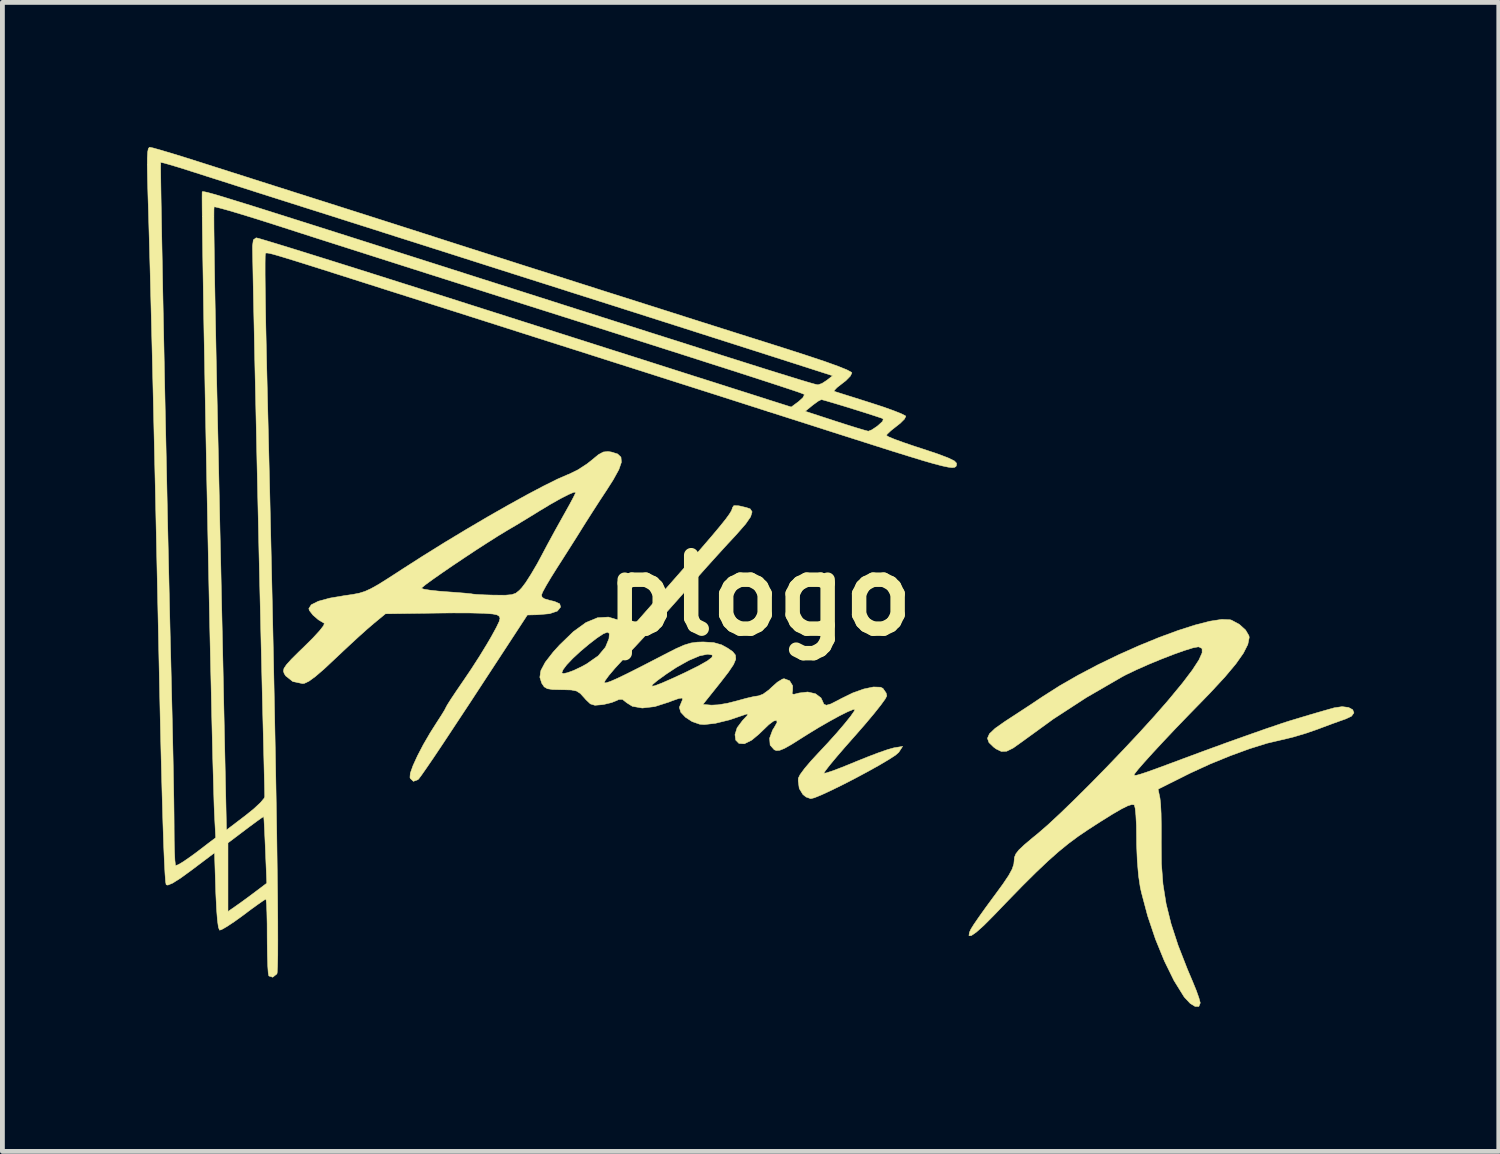
<source format=kicad_pcb>
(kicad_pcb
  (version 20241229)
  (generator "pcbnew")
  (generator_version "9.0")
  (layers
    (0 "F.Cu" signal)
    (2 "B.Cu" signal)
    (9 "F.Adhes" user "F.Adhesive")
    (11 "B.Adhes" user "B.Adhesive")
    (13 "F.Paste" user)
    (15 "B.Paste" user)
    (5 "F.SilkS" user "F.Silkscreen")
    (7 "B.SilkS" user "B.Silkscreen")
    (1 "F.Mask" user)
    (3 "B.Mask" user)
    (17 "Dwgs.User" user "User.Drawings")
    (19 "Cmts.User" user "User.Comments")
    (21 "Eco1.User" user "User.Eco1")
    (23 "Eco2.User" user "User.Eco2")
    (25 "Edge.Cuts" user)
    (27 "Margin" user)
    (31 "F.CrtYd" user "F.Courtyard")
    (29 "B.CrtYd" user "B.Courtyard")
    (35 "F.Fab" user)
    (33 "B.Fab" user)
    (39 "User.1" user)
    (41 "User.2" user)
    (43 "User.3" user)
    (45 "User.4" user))
  (footprint "plogo"
    (layer "F.Cu")
    (at 12.703 9.301)
    (property "Reference" "plogo" (at 0 0 0) (layer "F.SilkS") (effects (font (size 1.524 1.524) (thickness 0.3))))
    (attr through_hole)
    (fp_poly (pts (xy -3.073 -2.975) (xy -2.942 -2.935) (xy -2.872 -2.868) (xy -2.863 -2.763) (xy -2.916 -2.61) (xy -3.033 -2.398) (xy -3.161 -2.197) (xy -3.315 -1.963) (xy -3.47 -1.722) (xy -3.605 -1.51) (xy -3.676 -1.397) (xy -3.783 -1.225) (xy -3.925 -1.001) (xy -4.08 -0.757) (xy -4.191 -0.584) (xy -4.319 -0.38) (xy -4.424 -0.204) (xy -4.495 -0.074) (xy -4.52 -0.011) (xy -4.509 0.036) (xy -4.46 0.07) (xy -4.347 0.103) (xy -4.251 0.125) (xy -4.143 0.173) (xy -4.124 0.241) (xy -4.192 0.325) (xy -4.353 0.379) (xy -4.604 0.401) (xy -4.814 0.406) (xy -5.287 1.13) (xy -5.683 1.735) (xy -6.025 2.258) (xy -6.317 2.7) (xy -6.558 3.065) (xy -6.752 3.355) (xy -6.901 3.573) (xy -7.005 3.722) (xy -7.066 3.804) (xy -7.084 3.822) (xy -7.178 3.857) (xy -7.24 3.798) (xy -7.249 3.776) (xy -7.242 3.688) (xy -7.187 3.533) (xy -7.094 3.329) (xy -6.972 3.095) (xy -6.829 2.849) (xy -6.697 2.641) (xy -6.6 2.491) (xy -6.53 2.377) (xy -6.502 2.321) (xy -6.502 2.321) (xy -6.475 2.271) (xy -6.401 2.154) (xy -6.29 1.988) (xy -6.154 1.789) (xy -6.14 1.769) (xy -5.972 1.52) (xy -5.801 1.254) (xy -5.65 1.007) (xy -5.559 0.851) (xy -5.456 0.662) (xy -5.399 0.543) (xy -5.381 0.473) (xy -5.398 0.432) (xy -5.441 0.404) (xy -5.531 0.385) (xy -5.718 0.371) (xy -5.994 0.364) (xy -6.355 0.363) (xy -6.649 0.366) (xy -7.757 0.381) (xy -8.002 0.583) (xy -8.13 0.693) (xy -8.31 0.854) (xy -8.519 1.047) (xy -8.738 1.252) (xy -8.795 1.306) (xy -9.032 1.528) (xy -9.211 1.682) (xy -9.342 1.778) (xy -9.436 1.823) (xy -9.475 1.829) (xy -9.678 1.787) (xy -9.827 1.669) (xy -9.858 1.62) (xy -9.874 1.57) (xy -9.862 1.513) (xy -9.81 1.436) (xy -9.709 1.324) (xy -9.548 1.164) (xy -9.44 1.06) (xy -9.258 0.879) (xy -9.122 0.731) (xy -9.041 0.627) (xy -9.025 0.579) (xy -9.027 0.578) (xy -9.148 0.506) (xy -9.261 0.408) (xy -9.335 0.313) (xy -9.347 0.273) (xy -9.297 0.194) (xy -9.151 0.121) (xy -8.913 0.056) (xy -8.589 0.001) (xy -8.584 0.001) (xy -8.427 -0.022) (xy -8.3 -0.047) (xy -8.182 -0.084) (xy -8.057 -0.141) (xy -8.043 -0.149) (xy -7.01 -0.149) (xy -6.963 -0.13) (xy -6.836 -0.109) (xy -6.652 -0.089) (xy -6.515 -0.078) (xy -6.294 -0.062) (xy -6.107 -0.047) (xy -5.979 -0.034) (xy -5.944 -0.028) (xy -5.858 -0.02) (xy -5.703 -0.012) (xy -5.507 -0.006) (xy -5.471 -0.006) (xy -5.269 -0.005) (xy -5.14 -0.016) (xy -5.053 -0.046) (xy -4.981 -0.104) (xy -4.93 -0.158) (xy -4.846 -0.269) (xy -4.734 -0.445) (xy -4.61 -0.656) (xy -4.53 -0.805) (xy -4.392 -1.065) (xy -4.239 -1.346) (xy -4.096 -1.603) (xy -4.041 -1.701) (xy -3.94 -1.882) (xy -3.861 -2.03) (xy -3.816 -2.122) (xy -3.81 -2.141) (xy -3.85 -2.14) (xy -3.961 -2.093) (xy -4.127 -2.008) (xy -4.333 -1.892) (xy -4.564 -1.753) (xy -4.597 -1.732) (xy -4.809 -1.602) (xy -5.05 -1.456) (xy -5.232 -1.349) (xy -5.409 -1.242) (xy -5.625 -1.105) (xy -5.866 -0.95) (xy -6.115 -0.785) (xy -6.36 -0.621) (xy -6.586 -0.466) (xy -6.777 -0.332) (xy -6.92 -0.228) (xy -6.999 -0.163) (xy -7.01 -0.149) (xy -8.043 -0.149) (xy -7.905 -0.226) (xy -7.709 -0.349) (xy -7.449 -0.517) (xy -7.391 -0.555) (xy -6.969 -0.825) (xy -6.527 -1.1) (xy -6.079 -1.37) (xy -5.637 -1.63) (xy -5.214 -1.871) (xy -4.823 -2.087) (xy -4.477 -2.27) (xy -4.189 -2.413) (xy -3.971 -2.508) (xy -3.948 -2.516) (xy -3.768 -2.604) (xy -3.574 -2.73) (xy -3.477 -2.807) (xy -3.34 -2.92) (xy -3.239 -2.975) (xy -3.143 -2.985) (xy -3.073 -2.975)) (stroke (width 0.01) (type solid)) (fill yes) (layer "F.SilkS"))
    (fp_poly (pts (xy 9.765 0.505) (xy 9.793 0.513) (xy 9.956 0.601) (xy 10.085 0.718) (xy 10.155 0.838) (xy 10.16 0.874) (xy 10.131 1.017) (xy 10.04 1.197) (xy 9.883 1.42) (xy 9.657 1.69) (xy 9.356 2.015) (xy 9.205 2.171) (xy 8.912 2.471) (xy 8.634 2.759) (xy 8.382 3.026) (xy 8.162 3.263) (xy 7.983 3.461) (xy 7.854 3.609) (xy 7.783 3.7) (xy 7.772 3.722) (xy 7.783 3.733) (xy 7.823 3.73) (xy 7.904 3.708) (xy 8.035 3.665) (xy 8.23 3.595) (xy 8.498 3.496) (xy 8.814 3.378) (xy 9.23 3.224) (xy 9.668 3.064) (xy 10.1 2.91) (xy 10.497 2.77) (xy 10.83 2.657) (xy 10.846 2.651) (xy 10.994 2.604) (xy 11.206 2.54) (xy 11.452 2.466) (xy 11.697 2.395) (xy 11.909 2.335) (xy 11.918 2.332) (xy 12.087 2.307) (xy 12.221 2.324) (xy 12.307 2.371) (xy 12.332 2.436) (xy 12.281 2.506) (xy 12.162 2.562) (xy 12.048 2.602) (xy 11.87 2.666) (xy 11.661 2.744) (xy 11.582 2.774) (xy 11.34 2.858) (xy 11.086 2.934) (xy 10.868 2.988) (xy 10.829 2.996) (xy 10.528 3.067) (xy 10.164 3.181) (xy 9.762 3.328) (xy 9.346 3.498) (xy 8.943 3.683) (xy 8.842 3.733) (xy 8.27 4.019) (xy 8.309 4.207) (xy 8.322 4.327) (xy 8.332 4.523) (xy 8.336 4.771) (xy 8.336 5.044) (xy 8.335 5.105) (xy 8.339 5.566) (xy 8.371 5.989) (xy 8.436 6.396) (xy 8.539 6.812) (xy 8.684 7.257) (xy 8.878 7.754) (xy 8.987 8.011) (xy 9.062 8.195) (xy 9.117 8.35) (xy 9.143 8.446) (xy 9.144 8.455) (xy 9.115 8.527) (xy 9.039 8.527) (xy 8.936 8.464) (xy 8.823 8.344) (xy 8.804 8.319) (xy 8.6 7.99) (xy 8.401 7.585) (xy 8.215 7.13) (xy 8.053 6.648) (xy 7.925 6.166) (xy 7.9 6.055) (xy 7.864 5.815) (xy 7.838 5.508) (xy 7.824 5.168) (xy 7.823 5.029) (xy 7.82 4.774) (xy 7.809 4.563) (xy 7.794 4.414) (xy 7.776 4.346) (xy 7.774 4.344) (xy 7.725 4.338) (xy 7.64 4.364) (xy 7.51 4.429) (xy 7.324 4.537) (xy 7.072 4.694) (xy 6.824 4.854) (xy 6.614 4.996) (xy 6.412 5.146) (xy 6.206 5.314) (xy 5.985 5.51) (xy 5.738 5.744) (xy 5.453 6.027) (xy 5.12 6.369) (xy 4.858 6.642) (xy 4.655 6.846) (xy 4.499 6.985) (xy 4.395 7.057) (xy 4.346 7.058) (xy 4.357 6.987) (xy 4.388 6.921) (xy 4.445 6.829) (xy 4.55 6.676) (xy 4.688 6.482) (xy 4.845 6.268) (xy 4.872 6.232) (xy 5.049 5.99) (xy 5.17 5.81) (xy 5.243 5.676) (xy 5.277 5.572) (xy 5.283 5.511) (xy 5.29 5.433) (xy 5.319 5.361) (xy 5.382 5.28) (xy 5.494 5.174) (xy 5.667 5.028) (xy 5.779 4.937) (xy 5.982 4.761) (xy 6.24 4.521) (xy 6.538 4.233) (xy 6.864 3.909) (xy 7.204 3.562) (xy 7.545 3.206) (xy 7.874 2.855) (xy 8.177 2.522) (xy 8.442 2.22) (xy 8.494 2.159) (xy 8.774 1.82) (xy 8.981 1.547) (xy 9.117 1.338) (xy 9.183 1.19) (xy 9.182 1.101) (xy 9.114 1.067) (xy 9.1 1.067) (xy 8.994 1.087) (xy 8.817 1.142) (xy 8.589 1.223) (xy 8.334 1.322) (xy 8.07 1.431) (xy 7.82 1.542) (xy 7.604 1.645) (xy 7.518 1.691) (xy 6.781 2.118) (xy 6.097 2.563) (xy 5.447 3.035) (xy 5.263 3.166) (xy 5.129 3.232) (xy 5.019 3.237) (xy 4.911 3.185) (xy 4.858 3.146) (xy 4.761 3.052) (xy 4.73 2.964) (xy 4.771 2.87) (xy 4.889 2.758) (xy 5.092 2.615) (xy 5.143 2.582) (xy 5.371 2.433) (xy 5.611 2.276) (xy 5.82 2.136) (xy 5.874 2.1) (xy 6.224 1.877) (xy 6.611 1.655) (xy 7.023 1.438) (xy 7.449 1.232) (xy 7.875 1.042) (xy 8.29 0.872) (xy 8.681 0.728) (xy 9.036 0.614) (xy 9.344 0.535) (xy 9.59 0.497) (xy 9.765 0.505)) (stroke (width 0.01) (type solid)) (fill yes) (layer "F.SilkS"))
    (fp_poly (pts (xy -0.428 -1.859) (xy -0.394 -1.852) (xy -0.269 -1.822) (xy -0.192 -1.796) (xy -0.191 -1.794) (xy -0.152 -1.734) (xy -0.183 -1.631) (xy -0.287 -1.481) (xy -0.467 -1.275) (xy -0.495 -1.244) (xy -0.66 -1.067) (xy -0.867 -0.84) (xy -1.092 -0.591) (xy -1.31 -0.346) (xy -1.346 -0.306) (xy -1.659 0.048) (xy -1.92 0.341) (xy -2.144 0.59) (xy -2.346 0.812) (xy -2.542 1.023) (xy -2.745 1.24) (xy -2.842 1.343) (xy -3.002 1.517) (xy -3.125 1.663) (xy -3.201 1.767) (xy -3.219 1.814) (xy -3.217 1.815) (xy -3.172 1.811) (xy -3.084 1.781) (xy -2.945 1.72) (xy -2.746 1.624) (xy -2.478 1.489) (xy -2.133 1.311) (xy -1.967 1.225) (xy -1.734 1.106) (xy -1.562 1.03) (xy -1.422 0.987) (xy -1.289 0.969) (xy -1.166 0.965) (xy -0.95 0.978) (xy -0.784 1.025) (xy -0.657 1.095) (xy -0.553 1.167) (xy -0.497 1.238) (xy -0.49 1.322) (xy -0.537 1.434) (xy -0.642 1.59) (xy -0.808 1.805) (xy -0.847 1.854) (xy -1.172 2.261) (xy -0.995 2.276) (xy -0.856 2.269) (xy -0.663 2.237) (xy -0.467 2.187) (xy -0.278 2.135) (xy -0.118 2.098) (xy -0.019 2.083) (xy -0.017 2.083) (xy 0.075 2.048) (xy 0.196 1.96) (xy 0.254 1.905) (xy 0.372 1.8) (xy 0.476 1.736) (xy 0.512 1.727) (xy 0.626 1.77) (xy 0.69 1.874) (xy 0.688 1.975) (xy 0.676 2.039) (xy 0.714 2.052) (xy 0.823 2.024) (xy 1.002 2.003) (xy 1.164 2.04) (xy 1.277 2.125) (xy 1.306 2.185) (xy 1.336 2.255) (xy 1.388 2.278) (xy 1.482 2.251) (xy 1.637 2.172) (xy 1.696 2.14) (xy 1.935 2.023) (xy 2.165 1.941) (xy 2.364 1.899) (xy 2.512 1.904) (xy 2.562 1.928) (xy 2.629 2.025) (xy 2.642 2.084) (xy 2.609 2.148) (xy 2.518 2.274) (xy 2.379 2.449) (xy 2.203 2.659) (xy 2 2.892) (xy 1.976 2.919) (xy 1.773 3.149) (xy 1.598 3.352) (xy 1.46 3.518) (xy 1.37 3.634) (xy 1.336 3.688) (xy 1.337 3.69) (xy 1.39 3.681) (xy 1.519 3.639) (xy 1.706 3.568) (xy 1.931 3.477) (xy 1.988 3.453) (xy 2.238 3.352) (xy 2.469 3.264) (xy 2.659 3.198) (xy 2.783 3.163) (xy 2.792 3.161) (xy 2.97 3.132) (xy 2.89 3.255) (xy 2.822 3.314) (xy 2.68 3.406) (xy 2.482 3.523) (xy 2.247 3.654) (xy 1.993 3.79) (xy 1.737 3.922) (xy 1.497 4.04) (xy 1.292 4.135) (xy 1.141 4.197) (xy 1.064 4.216) (xy 0.966 4.181) (xy 0.901 4.128) (xy 0.826 4.005) (xy 0.805 3.849) (xy 0.807 3.791) (xy 0.843 3.718) (xy 0.936 3.591) (xy 1.072 3.431) (xy 1.209 3.283) (xy 1.414 3.064) (xy 1.605 2.852) (xy 1.768 2.661) (xy 1.893 2.506) (xy 1.966 2.401) (xy 1.981 2.366) (xy 1.941 2.367) (xy 1.83 2.413) (xy 1.665 2.495) (xy 1.462 2.606) (xy 1.237 2.735) (xy 1.006 2.876) (xy 0.879 2.956) (xy 0.667 3.09) (xy 0.52 3.173) (xy 0.421 3.213) (xy 0.352 3.218) (xy 0.308 3.202) (xy 0.222 3.105) (xy 0.211 2.962) (xy 0.273 2.793) (xy 0.308 2.738) (xy 0.366 2.634) (xy 0.357 2.59) (xy 0.294 2.606) (xy 0.192 2.682) (xy 0.124 2.748) (xy -0.009 2.876) (xy -0.145 2.99) (xy -0.165 3.005) (xy -0.313 3.078) (xy -0.425 3.07) (xy -0.492 3.001) (xy -0.507 2.887) (xy -0.463 2.746) (xy -0.352 2.597) (xy -0.343 2.587) (xy -0.254 2.492) (xy -0.242 2.457) (xy -0.279 2.465) (xy -0.62 2.581) (xy -0.914 2.653) (xy -1.145 2.679) (xy -1.241 2.671) (xy -1.396 2.617) (xy -1.534 2.527) (xy -1.631 2.424) (xy -1.66 2.327) (xy -1.656 2.309) (xy -1.608 2.192) (xy -1.595 2.161) (xy -1.602 2.129) (xy -1.671 2.137) (xy -1.816 2.188) (xy -1.874 2.211) (xy -2.171 2.306) (xy -2.43 2.336) (xy -2.636 2.3) (xy -2.751 2.228) (xy -2.842 2.156) (xy -2.919 2.159) (xy -2.955 2.178) (xy -3.065 2.222) (xy -3.222 2.26) (xy -3.268 2.267) (xy -3.413 2.279) (xy -3.507 2.25) (xy -3.6 2.162) (xy -3.63 2.127) (xy -3.715 2.034) (xy -3.795 1.983) (xy -3.904 1.961) (xy -4.075 1.956) (xy -4.107 1.956) (xy -4.29 1.952) (xy -4.399 1.935) (xy -4.465 1.896) (xy -4.473 1.884) (xy -2.234 1.884) (xy -2.17 1.874) (xy -2.021 1.817) (xy -1.785 1.713) (xy -1.55 1.604) (xy -1.267 1.464) (xy -1.078 1.357) (xy -0.982 1.282) (xy -0.978 1.236) (xy -1.065 1.22) (xy -1.079 1.22) (xy -1.243 1.254) (xy -1.464 1.348) (xy -1.721 1.492) (xy -1.933 1.632) (xy -2.114 1.763) (xy -2.215 1.847) (xy -2.234 1.884) (xy -4.473 1.884) (xy -4.514 1.824) (xy -4.515 1.823) (xy -4.555 1.697) (xy -4.541 1.607) (xy -4.1 1.607) (xy -4.064 1.621) (xy -3.981 1.603) (xy -3.854 1.557) (xy -3.688 1.478) (xy -3.581 1.419) (xy -3.344 1.253) (xy -3.194 1.074) (xy -3.121 0.896) (xy -3.113 0.79) (xy -3.152 0.762) (xy -3.237 0.795) (xy -3.372 0.884) (xy -3.536 1.011) (xy -3.71 1.157) (xy -3.871 1.306) (xy -3.999 1.441) (xy -4.073 1.54) (xy -4.1 1.607) (xy -4.541 1.607) (xy -4.533 1.556) (xy -4.443 1.387) (xy -4.28 1.177) (xy -4.147 1.03) (xy -3.859 0.751) (xy -3.599 0.563) (xy -3.359 0.463) (xy -3.132 0.449) (xy -2.908 0.517) (xy -2.874 0.534) (xy -2.642 0.657) (xy -1.765 -0.339) (xy -1.441 -0.708) (xy -1.178 -1.01) (xy -0.971 -1.251) (xy -0.814 -1.439) (xy -0.7 -1.581) (xy -0.625 -1.684) (xy -0.58 -1.757) (xy -0.562 -1.806) (xy -0.56 -1.82) (xy -0.53 -1.863) (xy -0.428 -1.859)) (stroke (width 0.01) (type solid)) (fill yes) (layer "F.SilkS"))
    (fp_poly (pts (xy -12.578 -9.282) (xy -12.429 -9.24) (xy -12.216 -9.177) (xy -11.954 -9.097) (xy -11.661 -9.004) (xy -11.635 -8.996) (xy -11.343 -8.903) (xy -10.976 -8.786) (xy -10.555 -8.652) (xy -10.103 -8.508) (xy -9.641 -8.361) (xy -9.191 -8.218) (xy -9.068 -8.179) (xy -8.637 -8.042) (xy -8.198 -7.902) (xy -7.772 -7.766) (xy -7.378 -7.64) (xy -7.034 -7.53) (xy -6.76 -7.442) (xy -6.68 -7.416) (xy -6.462 -7.346) (xy -6.159 -7.249) (xy -5.78 -7.128) (xy -5.336 -6.987) (xy -4.84 -6.828) (xy -4.3 -6.657) (xy -3.729 -6.475) (xy -3.137 -6.286) (xy -2.534 -6.095) (xy -1.933 -5.904) (xy -1.343 -5.716) (xy -0.775 -5.536) (xy -0.241 -5.367) (xy 0.25 -5.212) (xy 0.584 -5.106) (xy 1.01 -4.968) (xy 1.361 -4.851) (xy 1.63 -4.754) (xy 1.814 -4.68) (xy 1.907 -4.63) (xy 1.918 -4.617) (xy 1.886 -4.55) (xy 1.793 -4.455) (xy 1.718 -4.397) (xy 1.608 -4.311) (xy 1.551 -4.25) (xy 1.553 -4.233) (xy 1.616 -4.213) (xy 1.758 -4.168) (xy 1.959 -4.105) (xy 2.202 -4.028) (xy 2.309 -3.994) (xy 2.561 -3.912) (xy 2.777 -3.835) (xy 2.937 -3.772) (xy 3.025 -3.728) (xy 3.037 -3.717) (xy 3.009 -3.659) (xy 2.92 -3.57) (xy 2.846 -3.512) (xy 2.726 -3.417) (xy 2.649 -3.344) (xy 2.635 -3.319) (xy 2.68 -3.29) (xy 2.806 -3.238) (xy 2.996 -3.169) (xy 3.232 -3.089) (xy 3.362 -3.047) (xy 3.684 -2.94) (xy 3.91 -2.855) (xy 4.044 -2.79) (xy 4.089 -2.743) (xy 4.089 -2.742) (xy 4.088 -2.704) (xy 4.077 -2.675) (xy 4.049 -2.657) (xy 3.998 -2.651) (xy 3.915 -2.661) (xy 3.792 -2.687) (xy 3.622 -2.731) (xy 3.396 -2.796) (xy 3.109 -2.884) (xy 2.751 -2.995) (xy 2.315 -3.134) (xy 1.794 -3.3) (xy 1.524 -3.386) (xy 1.098 -3.523) (xy 0.615 -3.677) (xy 0.168 -3.82) (xy 0.95 -3.82) (xy 1.58 -3.614) (xy 1.82 -3.537) (xy 2.025 -3.473) (xy 2.177 -3.428) (xy 2.256 -3.407) (xy 2.261 -3.407) (xy 2.33 -3.434) (xy 2.438 -3.506) (xy 2.464 -3.527) (xy 2.556 -3.612) (xy 2.568 -3.659) (xy 2.54 -3.676) (xy 2.386 -3.727) (xy 2.188 -3.791) (xy 1.967 -3.86) (xy 1.745 -3.929) (xy 1.545 -3.989) (xy 1.388 -4.035) (xy 1.297 -4.06) (xy 1.284 -4.062) (xy 1.222 -4.032) (xy 1.12 -3.958) (xy 1.097 -3.94) (xy 0.95 -3.82) (xy 0.168 -3.82) (xy 0.113 -3.837) (xy -0.37 -3.992) (xy -0.798 -4.129) (xy -0.838 -4.142) (xy -1.24 -4.27) (xy -1.736 -4.428) (xy -2.327 -4.617) (xy -3.009 -4.834) (xy -3.783 -5.081) (xy -4.645 -5.355) (xy -5.595 -5.658) (xy -6.631 -5.988) (xy -7.752 -6.344) (xy -8.128 -6.464) (xy -8.631 -6.624) (xy -9.046 -6.756) (xy -9.382 -6.862) (xy -9.647 -6.945) (xy -9.849 -7.007) (xy -9.999 -7.052) (xy -10.103 -7.081) (xy -10.171 -7.097) (xy -10.212 -7.103) (xy -10.233 -7.102) (xy -10.245 -7.095) (xy -10.248 -7.092) (xy -10.252 -7.037) (xy -10.254 -6.89) (xy -10.254 -6.662) (xy -10.251 -6.363) (xy -10.246 -6.003) (xy -10.239 -5.591) (xy -10.229 -5.139) (xy -10.219 -4.687) (xy -10.186 -3.332) (xy -10.155 -2.042) (xy -10.127 -0.82) (xy -10.101 0.331) (xy -10.078 1.409) (xy -10.058 2.412) (xy -10.04 3.339) (xy -10.025 4.185) (xy -10.012 4.95) (xy -10.003 5.631) (xy -9.995 6.225) (xy -9.991 6.731) (xy -9.99 7.145) (xy -9.991 7.467) (xy -9.996 7.693) (xy -10.003 7.821) (xy -10.009 7.851) (xy -10.096 7.92) (xy -10.172 7.895) (xy -10.177 7.891) (xy -10.189 7.831) (xy -10.199 7.688) (xy -10.206 7.479) (xy -10.21 7.225) (xy -10.211 7.078) (xy -10.212 6.81) (xy -10.217 6.581) (xy -10.224 6.41) (xy -10.233 6.314) (xy -10.238 6.299) (xy -10.287 6.328) (xy -10.399 6.406) (xy -10.557 6.52) (xy -10.704 6.631) (xy -10.888 6.764) (xy -11.045 6.868) (xy -11.155 6.931) (xy -11.198 6.944) (xy -11.222 6.886) (xy -11.243 6.736) (xy -11.261 6.501) (xy -11.276 6.19) (xy -11.278 6.132) (xy -11.303 5.339) (xy -11.778 5.697) (xy -12.009 5.865) (xy -12.172 5.968) (xy -12.271 6.009) (xy -12.306 6.002) (xy -12.318 5.94) (xy -12.33 5.778) (xy -12.344 5.517) (xy -12.359 5.157) (xy -12.374 4.7) (xy -12.39 4.147) (xy -12.407 3.5) (xy -12.425 2.759) (xy -12.443 1.925) (xy -12.45 1.59) (xy -12.478 0.268) (xy -12.505 -0.981) (xy -12.53 -2.154) (xy -12.555 -3.248) (xy -12.578 -4.259) (xy -12.6 -5.186) (xy -12.621 -6.025) (xy -12.64 -6.773) (xy -12.658 -7.426) (xy -12.674 -7.984) (xy -12.683 -8.268) (xy -12.693 -8.623) (xy -12.698 -8.889) (xy -12.698 -8.93) (xy -12.421 -8.93) (xy -12.42 -8.784) (xy -12.417 -8.551) (xy -12.412 -8.24) (xy -12.405 -7.856) (xy -12.397 -7.409) (xy -12.387 -6.906) (xy -12.377 -6.353) (xy -12.365 -5.759) (xy -12.352 -5.131) (xy -12.339 -4.476) (xy -12.325 -3.803) (xy -12.31 -3.118) (xy -12.295 -2.429) (xy -12.281 -1.744) (xy -12.266 -1.07) (xy -12.251 -0.415) (xy -12.237 0.214) (xy -12.223 0.809) (xy -12.209 1.363) (xy -12.197 1.869) (xy -12.195 1.956) (xy -12.183 2.447) (xy -12.172 2.935) (xy -12.162 3.406) (xy -12.154 3.842) (xy -12.147 4.229) (xy -12.143 4.549) (xy -12.141 4.788) (xy -12.141 4.83) (xy -12.139 5.095) (xy -12.133 5.322) (xy -12.125 5.493) (xy -12.114 5.589) (xy -12.11 5.603) (xy -12.059 5.587) (xy -11.947 5.521) (xy -11.793 5.414) (xy -11.678 5.33) (xy -11.422 5.134) (xy -11.024 5.134) (xy -11.024 6.557) (xy -10.857 6.441) (xy -10.718 6.342) (xy -10.548 6.217) (xy -10.455 6.147) (xy -10.219 5.969) (xy -10.247 5.283) (xy -10.258 5.032) (xy -10.268 4.82) (xy -10.276 4.667) (xy -10.282 4.592) (xy -10.282 4.588) (xy -10.323 4.612) (xy -10.426 4.685) (xy -10.572 4.793) (xy -10.656 4.856) (xy -11.024 5.134) (xy -11.422 5.134) (xy -11.279 5.026) (xy -11.306 4.507) (xy -11.312 4.355) (xy -11.319 4.116) (xy -11.328 3.799) (xy -11.339 3.41) (xy -11.35 2.957) (xy -11.362 2.446) (xy -11.374 1.886) (xy -11.388 1.284) (xy -11.402 0.648) (xy -11.416 -0.017) (xy -11.43 -0.701) (xy -11.444 -1.398) (xy -11.458 -2.1) (xy -11.472 -2.801) (xy -11.485 -3.492) (xy -11.498 -4.166) (xy -11.509 -4.815) (xy -11.521 -5.434) (xy -11.531 -6.013) (xy -11.539 -6.546) (xy -11.547 -7.025) (xy -11.553 -7.443) (xy -11.558 -7.793) (xy -11.558 -7.859) (xy -11.316 -7.859) (xy -11.315 -7.626) (xy -11.311 -7.316) (xy -11.306 -6.937) (xy -11.299 -6.497) (xy -11.29 -6.004) (xy -11.279 -5.465) (xy -11.268 -4.891) (xy -11.257 -4.385) (xy -11.241 -3.684) (xy -11.224 -2.934) (xy -11.207 -2.155) (xy -11.19 -1.366) (xy -11.172 -0.585) (xy -11.156 0.169) (xy -11.14 0.877) (xy -11.126 1.521) (xy -11.115 2.065) (xy -11.055 4.866) (xy -10.658 4.564) (xy -10.485 4.424) (xy -10.351 4.299) (xy -10.274 4.207) (xy -10.262 4.176) (xy -10.263 4.108) (xy -10.266 3.949) (xy -10.272 3.712) (xy -10.279 3.406) (xy -10.288 3.045) (xy -10.298 2.638) (xy -10.309 2.197) (xy -10.313 2.032) (xy -10.321 1.677) (xy -10.331 1.257) (xy -10.342 0.781) (xy -10.354 0.259) (xy -10.367 -0.303) (xy -10.381 -0.893) (xy -10.394 -1.504) (xy -10.408 -2.126) (xy -10.422 -2.752) (xy -10.435 -3.37) (xy -10.448 -3.974) (xy -10.461 -4.554) (xy -10.473 -5.101) (xy -10.483 -5.606) (xy -10.493 -6.06) (xy -10.501 -6.455) (xy -10.507 -6.781) (xy -10.512 -7.03) (xy -10.515 -7.193) (xy -10.515 -7.252) (xy -10.498 -7.375) (xy -10.441 -7.417) (xy -10.434 -7.417) (xy -10.374 -7.402) (xy -10.225 -7.358) (xy -9.994 -7.288) (xy -9.688 -7.194) (xy -9.316 -7.078) (xy -8.884 -6.943) (xy -8.4 -6.791) (xy -7.872 -6.624) (xy -7.307 -6.445) (xy -6.712 -6.256) (xy -6.51 -6.192) (xy -5.521 -5.877) (xy -4.624 -5.591) (xy -3.815 -5.333) (xy -3.09 -5.102) (xy -2.445 -4.897) (xy -1.875 -4.715) (xy -1.377 -4.556) (xy -0.944 -4.419) (xy -0.575 -4.301) (xy -0.263 -4.202) (xy -0.006 -4.12) (xy 0.19 -4.057) (xy 0.66 -3.908) (xy 0.813 -4.021) (xy 0.902 -4.102) (xy 0.932 -4.162) (xy 0.927 -4.171) (xy 0.895 -4.185) (xy 0.809 -4.217) (xy 0.667 -4.265) (xy 0.464 -4.332) (xy 0.199 -4.419) (xy -0.134 -4.527) (xy -0.536 -4.657) (xy -1.012 -4.809) (xy -1.564 -4.986) (xy -2.197 -5.188) (xy -2.913 -5.416) (xy -3.716 -5.671) (xy -4.609 -5.954) (xy -5.595 -6.267) (xy -5.613 -6.273) (xy -6.873 -6.673) (xy -8.074 -7.056) (xy -9.203 -7.416) (xy -10.101 -7.705) (xy -10.429 -7.809) (xy -10.725 -7.9) (xy -10.974 -7.975) (xy -11.164 -8.028) (xy -11.281 -8.057) (xy -11.312 -8.06) (xy -11.315 -8.006) (xy -11.316 -7.859) (xy -11.558 -7.859) (xy -11.56 -8.067) (xy -11.561 -8.258) (xy -11.56 -8.358) (xy -11.559 -8.372) (xy -11.55 -8.376) (xy -11.532 -8.376) (xy -11.498 -8.37) (xy -11.444 -8.358) (xy -11.366 -8.337) (xy -11.257 -8.306) (xy -11.113 -8.263) (xy -10.929 -8.206) (xy -10.699 -8.135) (xy -10.419 -8.048) (xy -10.084 -7.942) (xy -9.689 -7.817) (xy -9.228 -7.671) (xy -8.696 -7.502) (xy -8.089 -7.309) (xy -7.402 -7.09) (xy -6.629 -6.844) (xy -5.765 -6.568) (xy -5.563 -6.504) (xy -4.606 -6.199) (xy -3.742 -5.923) (xy -2.966 -5.676) (xy -2.273 -5.455) (xy -1.658 -5.26) (xy -1.118 -5.088) (xy -0.648 -4.939) (xy -0.242 -4.811) (xy 0.102 -4.702) (xy 0.391 -4.612) (xy 0.628 -4.539) (xy 0.817 -4.48) (xy 0.964 -4.436) (xy 1.073 -4.404) (xy 1.149 -4.383) (xy 1.195 -4.372) (xy 1.216 -4.369) (xy 1.299 -4.398) (xy 1.399 -4.463) (xy 1.519 -4.557) (xy 0.797 -4.789) (xy 0.328 -4.939) (xy -0.228 -5.117) (xy -0.861 -5.319) (xy -1.562 -5.543) (xy -2.321 -5.785) (xy -3.127 -6.042) (xy -3.971 -6.31) (xy -4.013 -6.324) (xy -4.473 -6.47) (xy -4.958 -6.624) (xy -5.445 -6.779) (xy -5.912 -6.928) (xy -6.335 -7.063) (xy -6.693 -7.177) (xy -6.807 -7.213) (xy -7.142 -7.32) (xy -7.55 -7.449) (xy -8.006 -7.595) (xy -8.489 -7.748) (xy -8.972 -7.902) (xy -9.434 -8.048) (xy -9.525 -8.077) (xy -9.947 -8.211) (xy -10.369 -8.345) (xy -10.773 -8.474) (xy -11.141 -8.592) (xy -11.456 -8.692) (xy -11.699 -8.77) (xy -11.778 -8.795) (xy -12.013 -8.87) (xy -12.21 -8.929) (xy -12.351 -8.969) (xy -12.417 -8.983) (xy -12.42 -8.982) (xy -12.421 -8.93) (xy -12.698 -8.93) (xy -12.697 -9.077) (xy -12.69 -9.2) (xy -12.676 -9.268) (xy -12.655 -9.295) (xy -12.646 -9.296) (xy -12.578 -9.282)) (stroke (width 0.01) (type solid)) (fill yes) (layer "F.SilkS")))
  (gr_rect
    (start -3 -3)
    (end 28.04 20.834)
    (stroke (width 0.1) (type default))
    (fill no)
    (layer "Edge.Cuts")))
</source>
